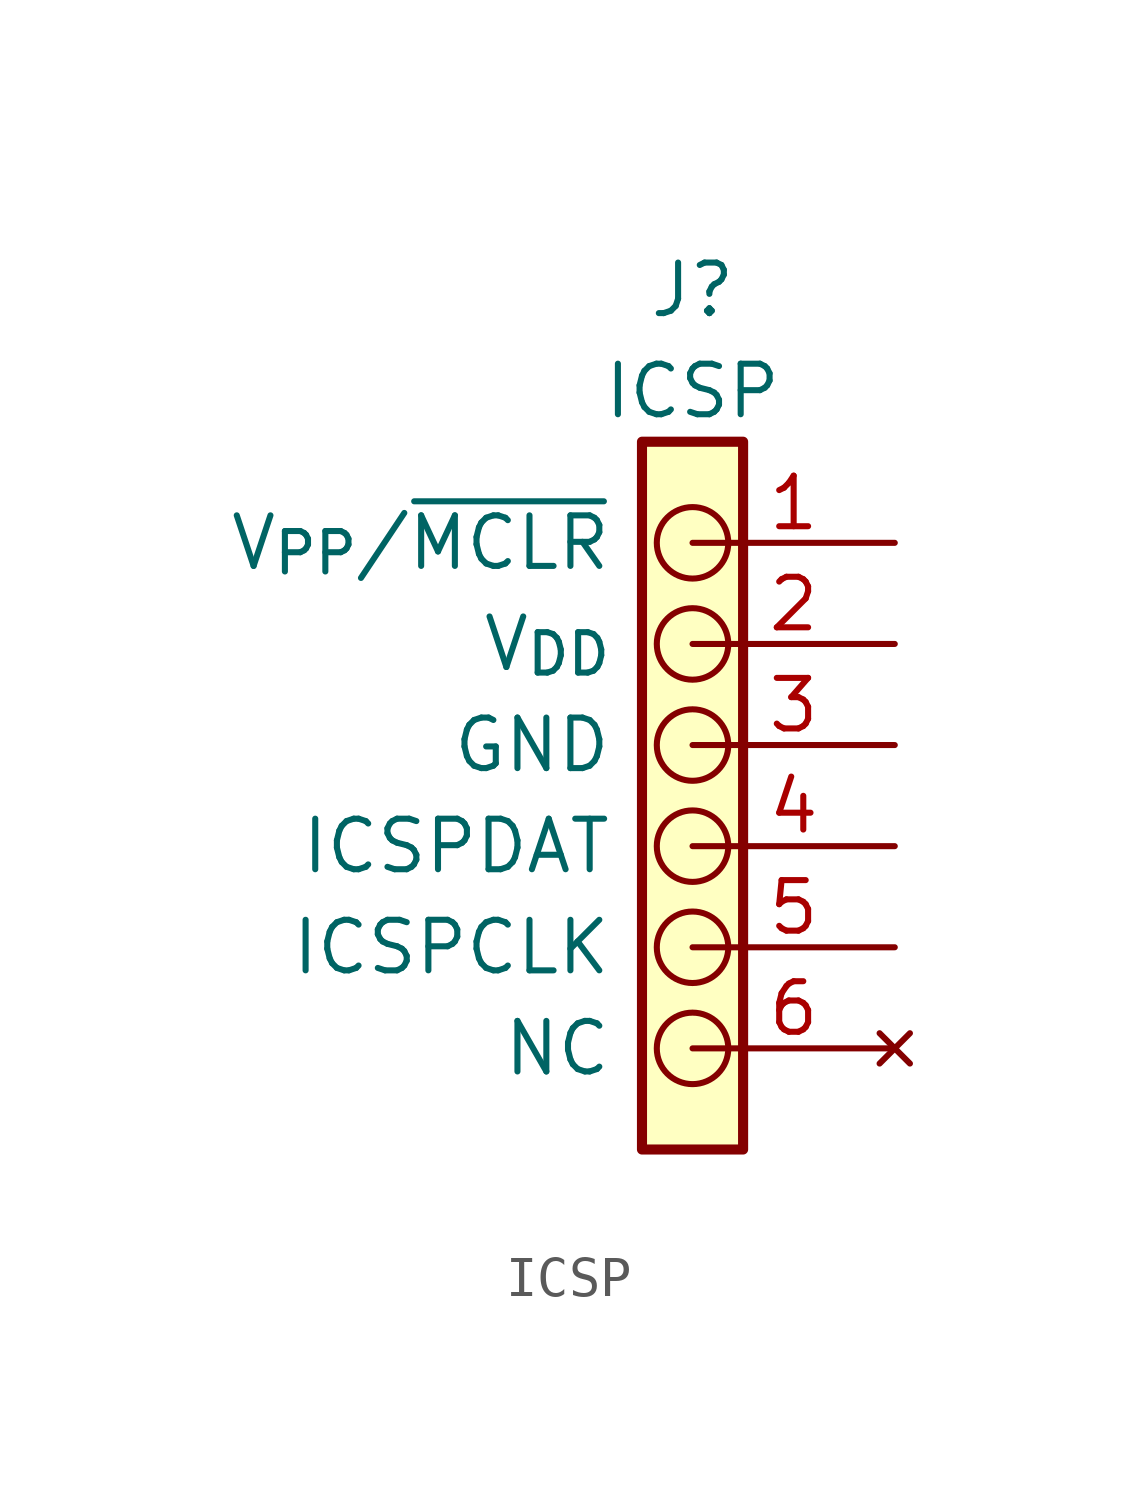
<source format=kicad_sym>
(kicad_symbol_lib
  (version 20211014)
  (generator kicad_symbol_editor)
  (symbol "ICSP"
    (pin_names
      (offset 2))
    (property "Reference" "J"
      (at 0 12.7 0)
      (effects (font (size 1.27 1.27))))
    (property "Value" "ICSP"
      (at 0 10.16 0)
      (effects (font (size 1.27 1.27))))
    (symbol "ICSP_0_1"
      (rectangle (start -1.27 8.89) (end 1.27 -8.89) (stroke (width 0.254) (type default) (color 0 0 0 0)) (fill (type background)))
      (circle (center 0 -6.35) (radius 0.898) (stroke (width 0) (type default) (color 0 0 0 0)) (fill (type none)))
      (circle (center 0 -3.81) (radius 0.898) (stroke (width 0) (type default) (color 0 0 0 0)) (fill (type none)))
      (circle (center 0 -1.27) (radius 0.898) (stroke (width 0) (type default) (color 0 0 0 0)) (fill (type none)))
      (circle (center 0 1.27) (radius 0.898) (stroke (width 0) (type default) (color 0 0 0 0)) (fill (type none)))
      (circle (center 0 3.81) (radius 0.898) (stroke (width 0) (type default) (color 0 0 0 0)) (fill (type none)))
      (circle (center 0 6.35) (radius 0.898) (stroke (width 0) (type default) (color 0 0 0 0)) (fill (type none))))
    (symbol "ICSP_1_1"
      (pin input line (at 5.08 6.35 180) (length 5.08) (name "⁯‬V_{PP}/~{MCLR}" (effects (font (size 1.27 1.27)))) (number "1" (effects (font (size 1.27 1.27)))))
      (pin power_in line (at 5.08 3.81 180) (length 5.08) (name "V_{DD}" (effects (font (size 1.27 1.27)))) (number "2" (effects (font (size 1.27 1.27)))))
      (pin power_in line (at 5.08 1.27 180) (length 5.08) (name "GND" (effects (font (size 1.27 1.27)))) (number "3" (effects (font (size 1.27 1.27)))))
      (pin bidirectional line (at 5.08 -1.27 180) (length 5.08) (name "ICSPDAT" (effects (font (size 1.27 1.27)))) (number "4" (effects (font (size 1.27 1.27)))))
      (pin input line (at 5.08 -3.81 180) (length 5.08) (name "ICSPCLK" (effects (font (size 1.27 1.27)))) (number "5" (effects (font (size 1.27 1.27)))))
      (pin no_connect line (at 5.08 -6.35 180) (length 5.08) (name "NC" (effects (font (size 1.27 1.27)))) (number "6" (effects (font (size 1.27 1.27))))))))
</source>
